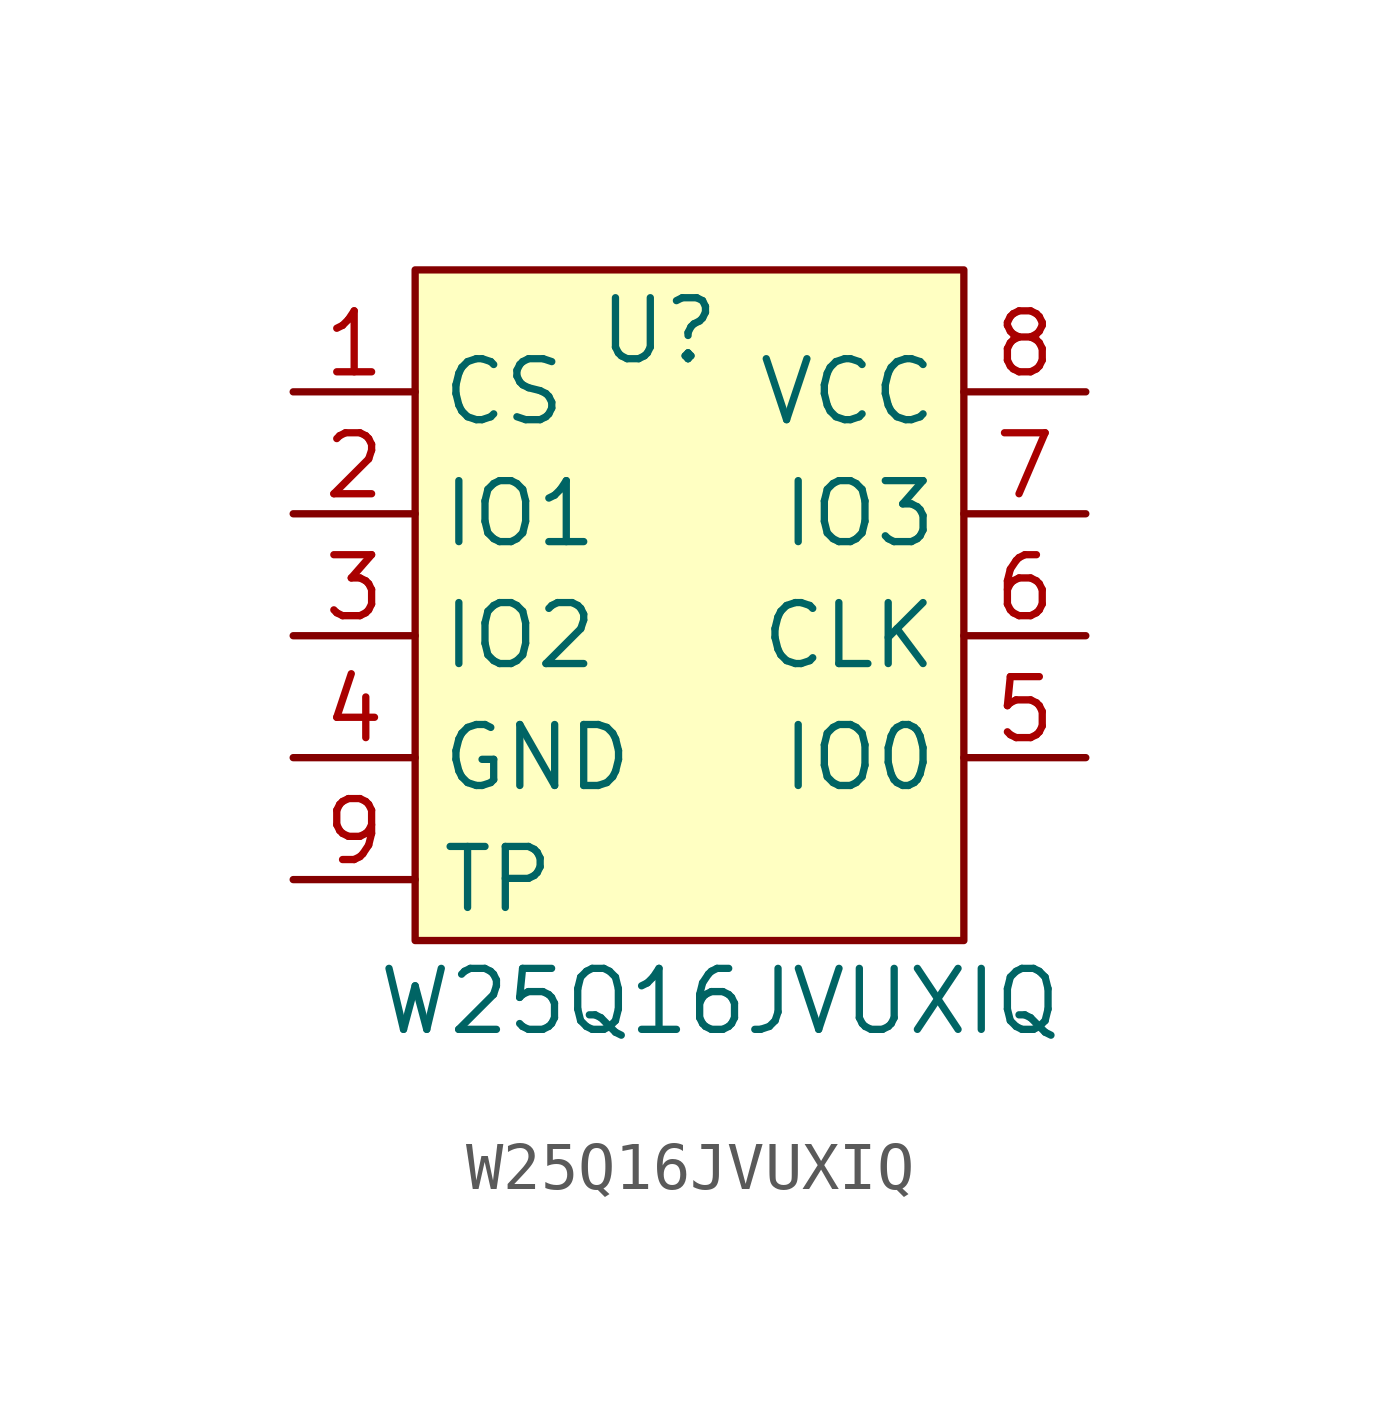
<source format=kicad_sym>
(kicad_symbol_lib
  (version 20220914)
  (generator kicad_symbol_editor)
  (symbol "W25Q16JVUXIQ"
    (property "Reference" "U"
      (at -3.81 7.62 0)
      (effects (font (size 1.27 1.27))))
    (property "Value" "W25Q16JVUXIQ"
      (at -2.54 -6.35 0)
      (effects (font (size 1.27 1.27))))
    (symbol "W25Q16JVUXIQ_1_1"
      (rectangle (start -8.89 8.89) (end 2.54 -5.08) (stroke (width 0) (type default)) (fill (type background)))
      (pin input line (at -11.43 6.35 0) (length 2.54) (name "CS" (effects (font (size 1.27 1.27)))) (number "1" (effects (font (size 1.27 1.27)))))
      (pin output line (at -11.43 3.81 0) (length 2.54) (name "IO1" (effects (font (size 1.27 1.27)))) (number "2" (effects (font (size 1.27 1.27)))))
      (pin input line (at -11.43 1.27 0) (length 2.54) (name "IO2" (effects (font (size 1.27 1.27)))) (number "3" (effects (font (size 1.27 1.27)))))
      (pin power_out line (at -11.43 -1.27 0) (length 2.54) (name "GND" (effects (font (size 1.27 1.27)))) (number "4" (effects (font (size 1.27 1.27)))))
      (pin input line (at 5.08 -1.27 180) (length 2.54) (name "IO0" (effects (font (size 1.27 1.27)))) (number "5" (effects (font (size 1.27 1.27)))))
      (pin input line (at 5.08 1.27 180) (length 2.54) (name "CLK" (effects (font (size 1.27 1.27)))) (number "6" (effects (font (size 1.27 1.27)))))
      (pin input line (at 5.08 3.81 180) (length 2.54) (name "IO3" (effects (font (size 1.27 1.27)))) (number "7" (effects (font (size 1.27 1.27)))))
      (pin power_in line (at 5.08 6.35 180) (length 2.54) (name "VCC" (effects (font (size 1.27 1.27)))) (number "8" (effects (font (size 1.27 1.27)))))
      (pin power_out line (at -11.43 -3.81 0) (length 2.54) (name "TP" (effects (font (size 1.27 1.27)))) (number "9" (effects (font (size 1.27 1.27))))))))
</source>
